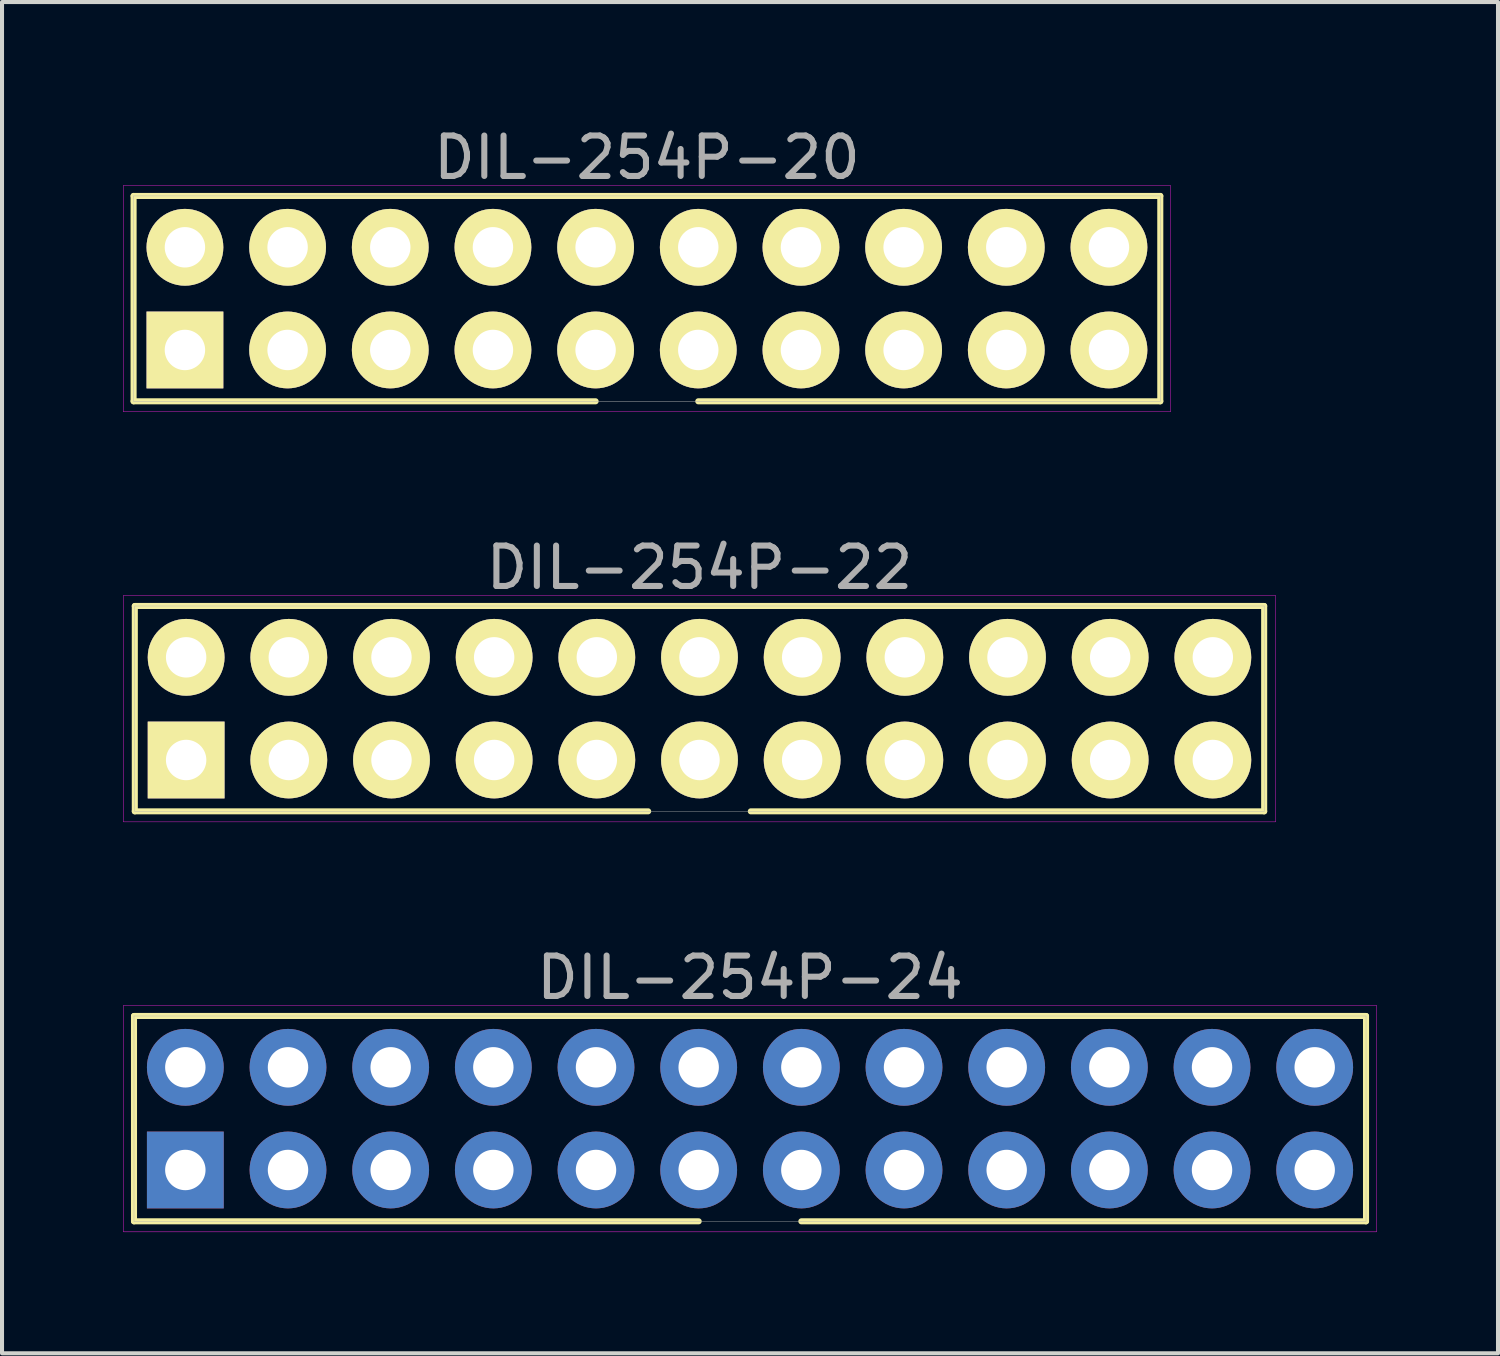
<source format=kicad_pcb>
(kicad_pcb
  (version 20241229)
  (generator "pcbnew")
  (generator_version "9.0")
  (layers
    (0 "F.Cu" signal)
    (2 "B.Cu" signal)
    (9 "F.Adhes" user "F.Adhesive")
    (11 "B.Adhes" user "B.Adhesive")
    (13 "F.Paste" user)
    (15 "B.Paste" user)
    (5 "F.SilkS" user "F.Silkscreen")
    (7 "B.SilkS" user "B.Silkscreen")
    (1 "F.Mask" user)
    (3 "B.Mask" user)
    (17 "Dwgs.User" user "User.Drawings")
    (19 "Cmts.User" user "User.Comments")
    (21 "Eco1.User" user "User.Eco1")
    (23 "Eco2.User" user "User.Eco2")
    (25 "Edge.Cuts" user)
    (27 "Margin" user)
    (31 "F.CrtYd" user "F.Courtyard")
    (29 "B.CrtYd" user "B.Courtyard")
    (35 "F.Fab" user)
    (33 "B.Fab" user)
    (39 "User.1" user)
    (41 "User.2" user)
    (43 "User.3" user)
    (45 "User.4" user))
  (footprint "DIL-254P-22"
    (layer "F.Cu")
    (at 14.255 14.482)
    (property "Reference" "DIL-254P-22" (at 0 -3.49 0) (layer "F.Fab") (effects (font (size 1 1) (thickness 0.15))))
    (attr through_hole)
    (fp_line (start -13.97 -2.54) (end 13.97 -2.54) (stroke (width 0.15) (type solid)) (layer "F.SilkS"))
    (fp_line (start -13.97 2.54) (end -13.97 -2.54) (stroke (width 0.15) (type solid)) (layer "F.SilkS"))
    (fp_line (start -1.27 2.54) (end -13.97 2.54) (stroke (width 0.15) (type solid)) (layer "F.SilkS"))
    (fp_line (start 13.97 -2.54) (end 13.97 2.54) (stroke (width 0.15) (type solid)) (layer "F.SilkS"))
    (fp_line (start 13.97 2.54) (end 1.27 2.54) (stroke (width 0.15) (type solid)) (layer "F.SilkS"))
    (fp_line (start -14.25 -2.8) (end 14.25 -2.8) (stroke (width 0.01) (type solid)) (layer "F.CrtYd"))
    (fp_line (start -14.25 2.8) (end -14.25 -2.8) (stroke (width 0.01) (type solid)) (layer "F.CrtYd"))
    (fp_line (start 14.25 -2.8) (end 14.25 2.8) (stroke (width 0.01) (type solid)) (layer "F.CrtYd"))
    (fp_line (start 14.25 2.8) (end -14.25 2.8) (stroke (width 0.01) (type solid)) (layer "F.CrtYd"))
    (fp_line (start -13.97 -2.54) (end 13.97 -2.54) (stroke (width 0.01) (type solid)) (layer "F.Fab"))
    (fp_line (start -13.97 2.54) (end -13.97 -2.54) (stroke (width 0.01) (type solid)) (layer "F.Fab"))
    (fp_line (start 13.97 -2.54) (end 13.97 2.54) (stroke (width 0.01) (type solid)) (layer "F.Fab"))
    (fp_line (start 13.97 2.54) (end -13.97 2.54) (stroke (width 0.01) (type solid)) (layer "F.Fab"))
    (pad "1" thru_hole rect (at -12.7 1.27) (size 1.9 1.9) (drill 1) (layers "*.Cu" "*.Mask" "F.SilkS"))
    (pad "2" thru_hole circle (at -12.7 -1.27) (size 1.9 1.9) (drill 1) (layers "*.Cu" "*.Mask" "F.SilkS"))
    (pad "3" thru_hole circle (at -10.16 1.27) (size 1.9 1.9) (drill 1) (layers "*.Cu" "*.Mask" "F.SilkS"))
    (pad "4" thru_hole circle (at -10.16 -1.27) (size 1.9 1.9) (drill 1) (layers "*.Cu" "*.Mask" "F.SilkS"))
    (pad "5" thru_hole circle (at -7.62 1.27) (size 1.9 1.9) (drill 1) (layers "*.Cu" "*.Mask" "F.SilkS"))
    (pad "6" thru_hole circle (at -7.62 -1.27) (size 1.9 1.9) (drill 1) (layers "*.Cu" "*.Mask" "F.SilkS"))
    (pad "7" thru_hole circle (at -5.08 1.27) (size 1.9 1.9) (drill 1) (layers "*.Cu" "*.Mask" "F.SilkS"))
    (pad "8" thru_hole circle (at -5.08 -1.27) (size 1.9 1.9) (drill 1) (layers "*.Cu" "*.Mask" "F.SilkS"))
    (pad "9" thru_hole circle (at -2.54 1.27) (size 1.9 1.9) (drill 1) (layers "*.Cu" "*.Mask" "F.SilkS"))
    (pad "10" thru_hole circle (at -2.54 -1.27) (size 1.9 1.9) (drill 1) (layers "*.Cu" "*.Mask" "F.SilkS"))
    (pad "11" thru_hole circle (at 0 1.27) (size 1.9 1.9) (drill 1) (layers "*.Cu" "*.Mask" "F.SilkS"))
    (pad "12" thru_hole circle (at 0 -1.27) (size 1.9 1.9) (drill 1) (layers "*.Cu" "*.Mask" "F.SilkS"))
    (pad "13" thru_hole circle (at 2.54 1.27) (size 1.9 1.9) (drill 1) (layers "*.Cu" "*.Mask" "F.SilkS"))
    (pad "14" thru_hole circle (at 2.54 -1.27) (size 1.9 1.9) (drill 1) (layers "*.Cu" "*.Mask" "F.SilkS"))
    (pad "15" thru_hole circle (at 5.08 1.27) (size 1.9 1.9) (drill 1) (layers "*.Cu" "*.Mask" "F.SilkS"))
    (pad "16" thru_hole circle (at 5.08 -1.27) (size 1.9 1.9) (drill 1) (layers "*.Cu" "*.Mask" "F.SilkS"))
    (pad "17" thru_hole circle (at 7.62 1.27) (size 1.9 1.9) (drill 1) (layers "*.Cu" "*.Mask" "F.SilkS"))
    (pad "18" thru_hole circle (at 7.62 -1.27) (size 1.9 1.9) (drill 1) (layers "*.Cu" "*.Mask" "F.SilkS"))
    (pad "19" thru_hole circle (at 10.16 1.27) (size 1.9 1.9) (drill 1) (layers "*.Cu" "*.Mask" "F.SilkS"))
    (pad "20" thru_hole circle (at 10.16 -1.27) (size 1.9 1.9) (drill 1) (layers "*.Cu" "*.Mask" "F.SilkS"))
    (pad "21" thru_hole circle (at 12.7 1.27) (size 1.9 1.9) (drill 1) (layers "*.Cu" "*.Mask" "F.SilkS"))
    (pad "22" thru_hole circle (at 12.7 -1.27) (size 1.9 1.9) (drill 1) (layers "*.Cu" "*.Mask" "F.SilkS")))
  (footprint "DIL-254P-24"
    (layer "F.Cu")
    (at 15.505 24.625)
    (property "Reference" "DIL-254P-24" (at 0 -3.49 0) (layer "F.Fab") (effects (font (size 1 1) (thickness 0.15))))
    (attr through_hole)
    (fp_line (start -15.24 -2.54) (end 15.24 -2.54) (stroke (width 0.15) (type solid)) (layer "F.SilkS"))
    (fp_line (start -15.24 2.54) (end -15.24 -2.54) (stroke (width 0.15) (type solid)) (layer "F.SilkS"))
    (fp_line (start -1.27 2.54) (end -15.24 2.54) (stroke (width 0.15) (type solid)) (layer "F.SilkS"))
    (fp_line (start 15.24 -2.54) (end 15.24 2.54) (stroke (width 0.15) (type solid)) (layer "F.SilkS"))
    (fp_line (start 15.24 2.54) (end 1.27 2.54) (stroke (width 0.15) (type solid)) (layer "F.SilkS"))
    (fp_line (start -15.5 -2.8) (end 15.5 -2.8) (stroke (width 0.01) (type solid)) (layer "F.CrtYd"))
    (fp_line (start -15.5 2.8) (end -15.5 -2.8) (stroke (width 0.01) (type solid)) (layer "F.CrtYd"))
    (fp_line (start 15.5 -2.8) (end 15.5 2.8) (stroke (width 0.01) (type solid)) (layer "F.CrtYd"))
    (fp_line (start 15.5 2.8) (end -15.5 2.8) (stroke (width 0.01) (type solid)) (layer "F.CrtYd"))
    (fp_line (start -15.24 -2.54) (end 15.24 -2.54) (stroke (width 0.01) (type solid)) (layer "F.Fab"))
    (fp_line (start -15.24 2.54) (end -15.24 -2.54) (stroke (width 0.01) (type solid)) (layer "F.Fab"))
    (fp_line (start 15.24 -2.54) (end 15.24 2.54) (stroke (width 0.01) (type solid)) (layer "F.Fab"))
    (fp_line (start 15.24 2.54) (end -15.24 2.54) (stroke (width 0.01) (type solid)) (layer "F.Fab"))
    (pad "1" thru_hole rect (at -13.97 1.27) (size 1.9 1.9) (drill 1) (layers "F.Cu" "F.Mask" "F.Paste"))
    (pad "2" thru_hole circle (at -13.97 -1.27) (size 1.9 1.9) (drill 1) (layers "F.Cu" "F.Mask" "F.Paste"))
    (pad "3" thru_hole circle (at -11.43 1.27) (size 1.9 1.9) (drill 1) (layers "F.Cu" "F.Mask" "F.Paste"))
    (pad "4" thru_hole circle (at -11.43 -1.27) (size 1.9 1.9) (drill 1) (layers "F.Cu" "F.Mask" "F.Paste"))
    (pad "5" thru_hole circle (at -8.89 1.27) (size 1.9 1.9) (drill 1) (layers "F.Cu" "F.Mask" "F.Paste"))
    (pad "6" thru_hole circle (at -8.89 -1.27) (size 1.9 1.9) (drill 1) (layers "F.Cu" "F.Mask" "F.Paste"))
    (pad "7" thru_hole circle (at -6.35 1.27) (size 1.9 1.9) (drill 1) (layers "F.Cu" "F.Mask" "F.Paste"))
    (pad "8" thru_hole circle (at -6.35 -1.27) (size 1.9 1.9) (drill 1) (layers "F.Cu" "F.Mask" "F.Paste"))
    (pad "9" thru_hole circle (at -3.81 1.27) (size 1.9 1.9) (drill 1) (layers "F.Cu" "F.Mask" "F.Paste"))
    (pad "10" thru_hole circle (at -3.81 -1.27) (size 1.9 1.9) (drill 1) (layers "F.Cu" "F.Mask" "F.Paste"))
    (pad "11" thru_hole circle (at -1.27 1.27) (size 1.9 1.9) (drill 1) (layers "F.Cu" "F.Mask" "F.Paste"))
    (pad "12" thru_hole circle (at -1.27 -1.27) (size 1.9 1.9) (drill 1) (layers "F.Cu" "F.Mask" "F.Paste"))
    (pad "13" thru_hole circle (at 1.27 1.27) (size 1.9 1.9) (drill 1) (layers "F.Cu" "F.Mask" "F.Paste"))
    (pad "14" thru_hole circle (at 1.27 -1.27) (size 1.9 1.9) (drill 1) (layers "F.Cu" "F.Mask" "F.Paste"))
    (pad "15" thru_hole circle (at 3.81 1.27) (size 1.9 1.9) (drill 1) (layers "F.Cu" "F.Mask" "F.Paste"))
    (pad "16" thru_hole circle (at 3.81 -1.27) (size 1.9 1.9) (drill 1) (layers "F.Cu" "F.Mask" "F.Paste"))
    (pad "17" thru_hole circle (at 6.35 1.27) (size 1.9 1.9) (drill 1) (layers "F.Cu" "F.Mask" "F.Paste"))
    (pad "18" thru_hole circle (at 6.35 -1.27) (size 1.9 1.9) (drill 1) (layers "F.Cu" "F.Mask" "F.Paste"))
    (pad "19" thru_hole circle (at 8.89 1.27) (size 1.9 1.9) (drill 1) (layers "F.Cu" "F.Mask" "F.Paste"))
    (pad "20" thru_hole circle (at 8.89 -1.27) (size 1.9 1.9) (drill 1) (layers "F.Cu" "F.Mask" "F.Paste"))
    (pad "21" thru_hole circle (at 11.43 1.27) (size 1.9 1.9) (drill 1) (layers "F.Cu" "F.Mask" "F.Paste"))
    (pad "22" thru_hole circle (at 11.43 -1.27) (size 1.9 1.9) (drill 1) (layers "F.Cu" "F.Mask" "F.Paste"))
    (pad "23" thru_hole circle (at 13.97 1.27) (size 1.9 1.9) (drill 1) (layers "F.Cu" "F.Mask" "F.Paste"))
    (pad "24" thru_hole circle (at 13.97 -1.27) (size 1.9 1.9) (drill 1) (layers "F.Cu" "F.Mask" "F.Paste")))
  (footprint "DIL-254P-20"
    (layer "F.Cu")
    (at 12.955 4.338)
    (property "Reference" "DIL-254P-20" (at 0 -3.49 0) (layer "F.Fab") (effects (font (size 1 1) (thickness 0.15))))
    (attr through_hole)
    (fp_line (start -12.7 -2.54) (end 12.7 -2.54) (stroke (width 0.15) (type solid)) (layer "F.SilkS"))
    (fp_line (start -12.7 2.54) (end -12.7 -2.54) (stroke (width 0.15) (type solid)) (layer "F.SilkS"))
    (fp_line (start -1.27 2.54) (end -12.7 2.54) (stroke (width 0.15) (type solid)) (layer "F.SilkS"))
    (fp_line (start 12.7 -2.54) (end 12.7 2.54) (stroke (width 0.15) (type solid)) (layer "F.SilkS"))
    (fp_line (start 12.7 2.54) (end 1.27 2.54) (stroke (width 0.15) (type solid)) (layer "F.SilkS"))
    (fp_line (start -12.95 -2.8) (end 12.95 -2.8) (stroke (width 0.01) (type solid)) (layer "F.CrtYd"))
    (fp_line (start -12.95 2.8) (end -12.95 -2.8) (stroke (width 0.01) (type solid)) (layer "F.CrtYd"))
    (fp_line (start 12.95 -2.8) (end 12.95 2.8) (stroke (width 0.01) (type solid)) (layer "F.CrtYd"))
    (fp_line (start 12.95 2.8) (end -12.95 2.8) (stroke (width 0.01) (type solid)) (layer "F.CrtYd"))
    (fp_line (start -12.7 -2.54) (end 12.7 -2.54) (stroke (width 0.01) (type solid)) (layer "F.Fab"))
    (fp_line (start -12.7 2.54) (end -12.7 -2.54) (stroke (width 0.01) (type solid)) (layer "F.Fab"))
    (fp_line (start 12.7 -2.54) (end 12.7 2.54) (stroke (width 0.01) (type solid)) (layer "F.Fab"))
    (fp_line (start 12.7 2.54) (end -12.7 2.54) (stroke (width 0.01) (type solid)) (layer "F.Fab"))
    (pad "1" thru_hole rect (at -11.43 1.27) (size 1.9 1.9) (drill 1) (layers "*.Cu" "*.Mask" "F.SilkS"))
    (pad "2" thru_hole circle (at -11.43 -1.27) (size 1.9 1.9) (drill 1) (layers "*.Cu" "*.Mask" "F.SilkS"))
    (pad "3" thru_hole circle (at -8.89 1.27) (size 1.9 1.9) (drill 1) (layers "*.Cu" "*.Mask" "F.SilkS"))
    (pad "4" thru_hole circle (at -8.89 -1.27) (size 1.9 1.9) (drill 1) (layers "*.Cu" "*.Mask" "F.SilkS"))
    (pad "5" thru_hole circle (at -6.35 1.27) (size 1.9 1.9) (drill 1) (layers "*.Cu" "*.Mask" "F.SilkS"))
    (pad "6" thru_hole circle (at -6.35 -1.27) (size 1.9 1.9) (drill 1) (layers "*.Cu" "*.Mask" "F.SilkS"))
    (pad "7" thru_hole circle (at -3.81 1.27) (size 1.9 1.9) (drill 1) (layers "*.Cu" "*.Mask" "F.SilkS"))
    (pad "8" thru_hole circle (at -3.81 -1.27) (size 1.9 1.9) (drill 1) (layers "*.Cu" "*.Mask" "F.SilkS"))
    (pad "9" thru_hole circle (at -1.27 1.27) (size 1.9 1.9) (drill 1) (layers "*.Cu" "*.Mask" "F.SilkS"))
    (pad "10" thru_hole circle (at -1.27 -1.27) (size 1.9 1.9) (drill 1) (layers "*.Cu" "*.Mask" "F.SilkS"))
    (pad "11" thru_hole circle (at 1.27 1.27) (size 1.9 1.9) (drill 1) (layers "*.Cu" "*.Mask" "F.SilkS"))
    (pad "12" thru_hole circle (at 1.27 -1.27) (size 1.9 1.9) (drill 1) (layers "*.Cu" "*.Mask" "F.SilkS"))
    (pad "13" thru_hole circle (at 3.81 1.27) (size 1.9 1.9) (drill 1) (layers "*.Cu" "*.Mask" "F.SilkS"))
    (pad "14" thru_hole circle (at 3.81 -1.27) (size 1.9 1.9) (drill 1) (layers "*.Cu" "*.Mask" "F.SilkS"))
    (pad "15" thru_hole circle (at 6.35 1.27) (size 1.9 1.9) (drill 1) (layers "*.Cu" "*.Mask" "F.SilkS"))
    (pad "16" thru_hole circle (at 6.35 -1.27) (size 1.9 1.9) (drill 1) (layers "*.Cu" "*.Mask" "F.SilkS"))
    (pad "17" thru_hole circle (at 8.89 1.27) (size 1.9 1.9) (drill 1) (layers "*.Cu" "*.Mask" "F.SilkS"))
    (pad "18" thru_hole circle (at 8.89 -1.27) (size 1.9 1.9) (drill 1) (layers "*.Cu" "*.Mask" "F.SilkS"))
    (pad "19" thru_hole circle (at 11.43 1.27) (size 1.9 1.9) (drill 1) (layers "*.Cu" "*.Mask" "F.SilkS"))
    (pad "20" thru_hole circle (at 11.43 -1.27) (size 1.9 1.9) (drill 1) (layers "*.Cu" "*.Mask" "F.SilkS")))
  (gr_rect
    (start -3 -3)
    (end 34.01 30.43)
    (stroke (width 0.1) (type default))
    (fill no)
    (layer "Edge.Cuts")))
</source>
